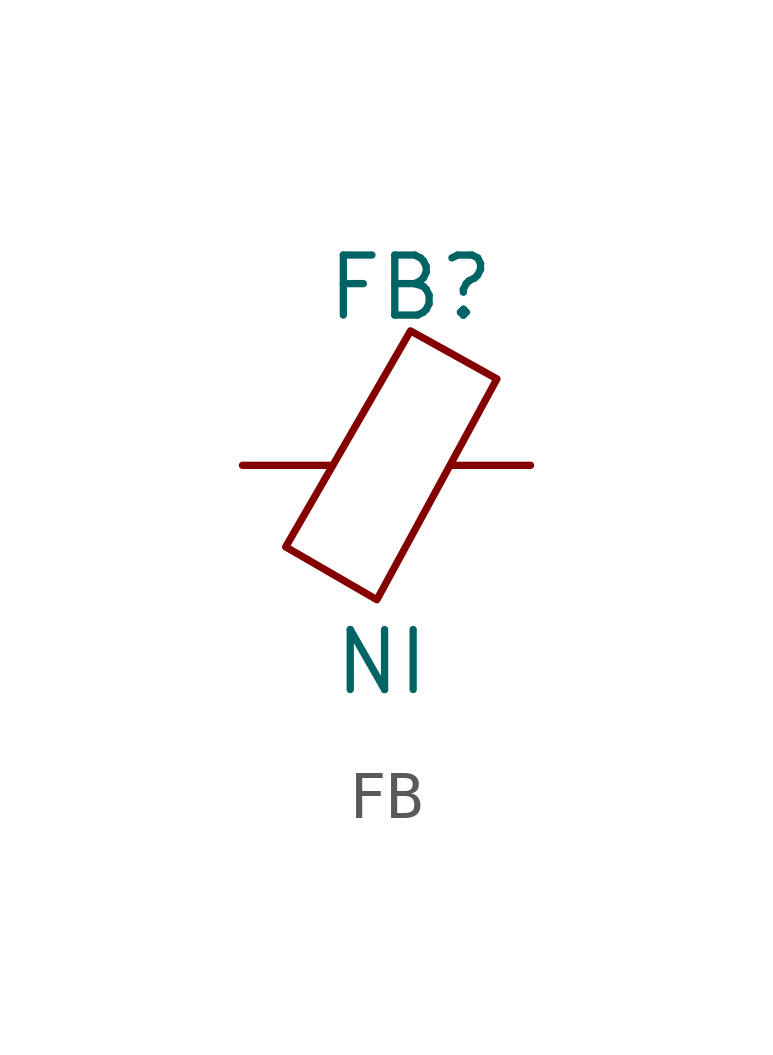
<source format=kicad_sym>
(kicad_symbol_lib
  (version 20241209)
  (generator "kicad_symbol_editor")
  (generator_version "9.0")
  (symbol "FB"
    (pin_numbers
      (hide yes))
    (pin_names
      (offset 0)
      (hide yes))
    (property "Reference" "FB"
      (at 3.5 3.7 0)
      (do_not_autoplace)
      (effects (font (size 1.25 1.25))))
    (property "Value" "NI"
      (at 2.9 -4.1 0)
      (do_not_autoplace)
      (effects (font (size 1.25 1.25))))
    (symbol "FB_0_1"
      (polyline (pts (xy 3.5 2.8) (xy 5.3 1.8) (xy 2.8 -2.8) (xy 0.9 -1.7) (xy 3.5 2.8)) (stroke (width 0) (type default)) (fill (type none))))
    (symbol "FB_1_1"
      (pin passive line (at 0 0 0) (length 1.85) (name "~" (effects (font (size 1.25 1.25)))) (number "2" (effects (font (size 1.25 1.25)))))
      (pin passive line (at 6 0 180) (length 1.65) (name "~" (effects (font (size 1.25 1.25)))) (number "1" (effects (font (size 1.25 1.25))))))))
</source>
